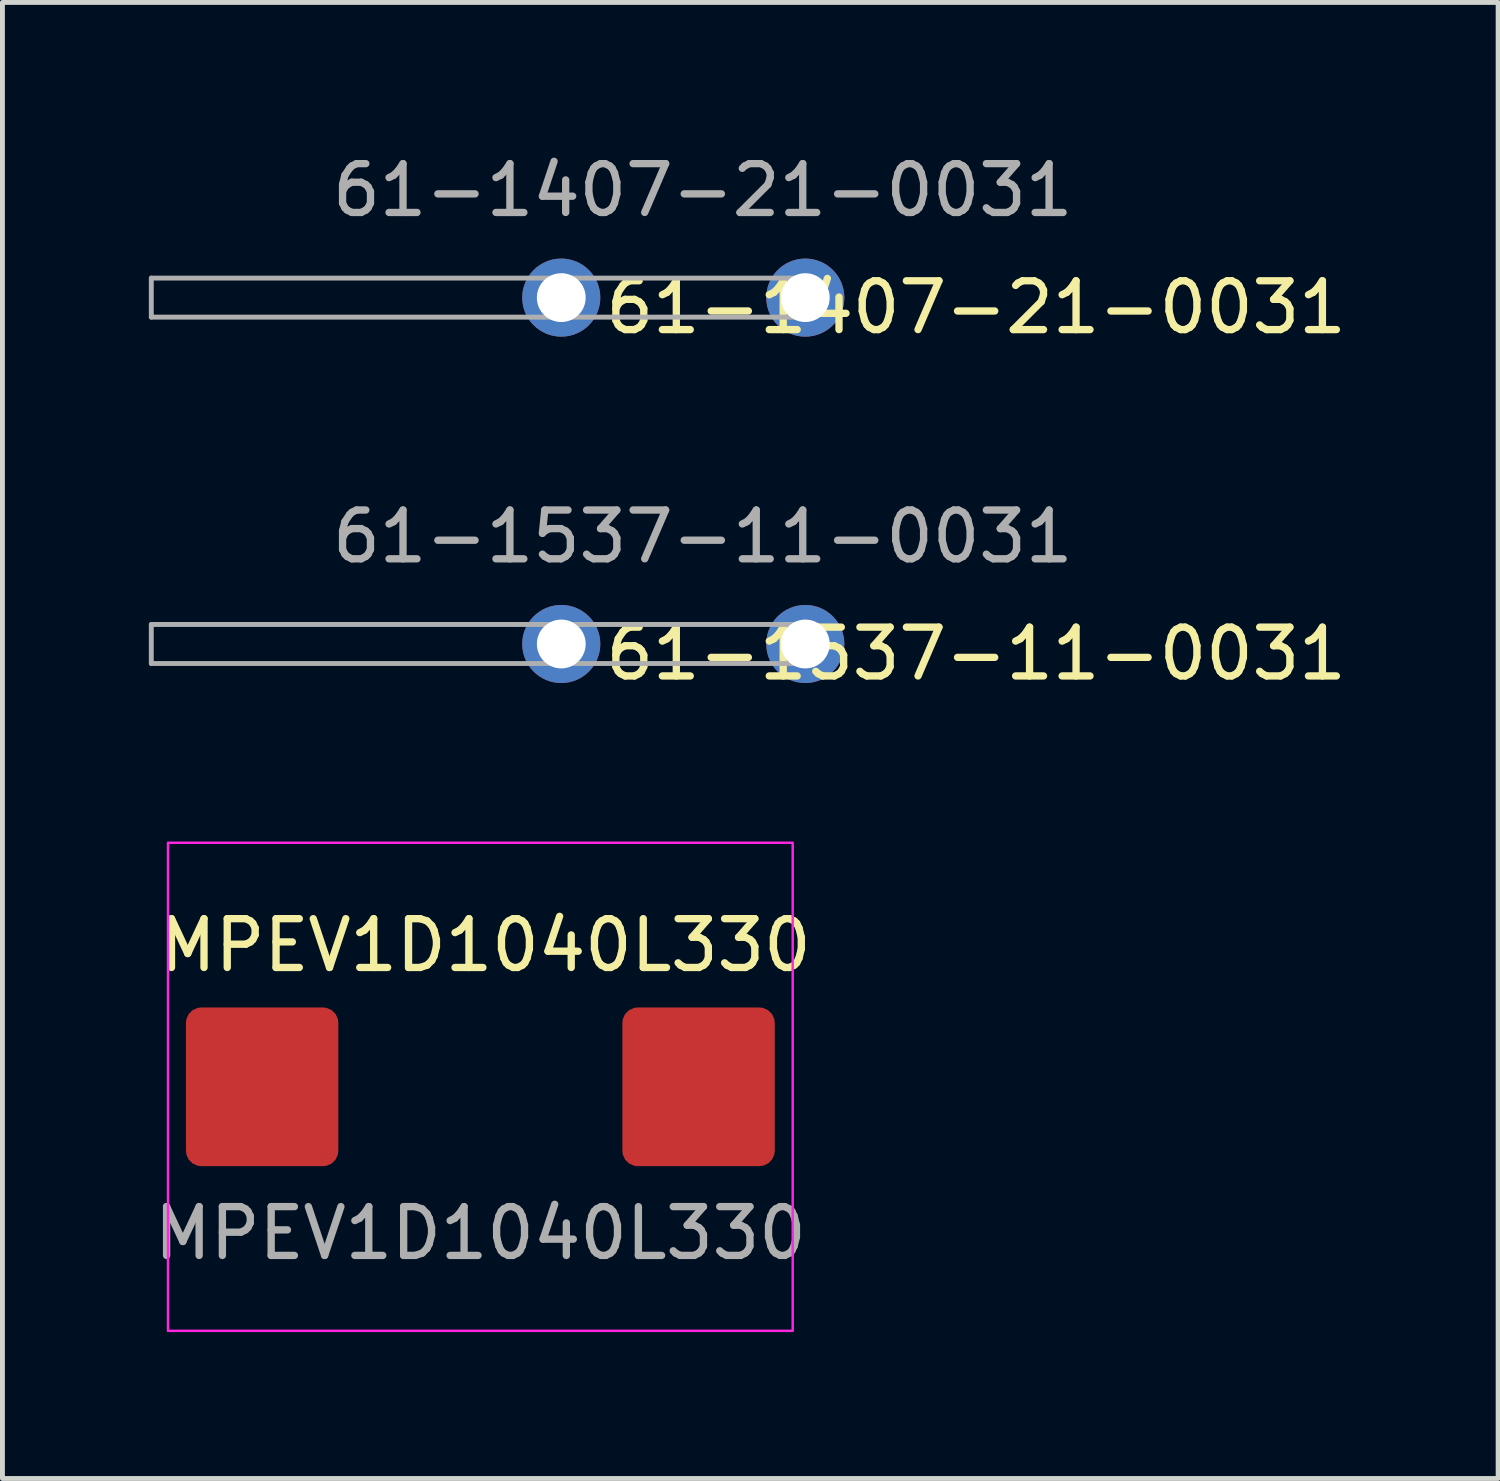
<source format=kicad_pcb>
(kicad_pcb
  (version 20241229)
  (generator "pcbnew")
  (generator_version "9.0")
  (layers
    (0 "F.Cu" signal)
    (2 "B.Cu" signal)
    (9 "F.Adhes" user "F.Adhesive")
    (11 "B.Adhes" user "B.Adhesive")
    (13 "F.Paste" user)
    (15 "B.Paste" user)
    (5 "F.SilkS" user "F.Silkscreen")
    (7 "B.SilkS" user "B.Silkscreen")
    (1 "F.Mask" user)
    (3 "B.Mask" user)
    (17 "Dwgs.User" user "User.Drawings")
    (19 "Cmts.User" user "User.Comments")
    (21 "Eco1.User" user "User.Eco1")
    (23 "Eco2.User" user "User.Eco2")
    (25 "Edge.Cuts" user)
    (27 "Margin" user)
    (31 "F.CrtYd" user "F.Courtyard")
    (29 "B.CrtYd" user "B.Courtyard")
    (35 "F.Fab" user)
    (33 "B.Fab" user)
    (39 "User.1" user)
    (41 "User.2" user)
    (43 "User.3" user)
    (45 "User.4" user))
  (footprint "61-1537-11-0031"
    (layer "F.Cu")
    (at 10.95 10.145)
    (property "Reference" "61-1537-11-0031" (at 6 0.2 0) (unlocked yes) (layer "F.SilkS") (effects (font (size 1 1) (thickness 0.15))))
    (attr through_hole)
    (fp_line (start -10.9 -0.4) (end -10.9 0.4) (stroke (width 0.1) (type solid)) (layer "F.Fab"))
    (fp_line (start -10.9 0.4) (end 2.6 0.4) (stroke (width 0.1) (type solid)) (layer "F.Fab"))
    (fp_line (start 2.6 -0.4) (end -10.9 -0.4) (stroke (width 0.1) (type solid)) (layer "F.Fab"))
    (fp_line (start 2.6 0.4) (end 2.6 -0.4) (stroke (width 0.1) (type solid)) (layer "F.Fab"))
    (fp_text user "${REFERENCE}" (at 0.4 -2.2 0) (unlocked yes) (layer "F.Fab") (effects (font (size 1 1) (thickness 0.15))))
    (pad "1" thru_hole circle (at -2.5 0) (size 1.6 1.6) (drill 1) (layers "*.Cu" "*.Mask"))
    (pad "1" thru_hole circle (at 2.5 0) (size 1.6 1.6) (drill 1) (layers "*.Cu" "*.Mask")))
  (footprint "61-1407-21-0031"
    (layer "F.Cu")
    (at 10.95 3.048)
    (property "Reference" "61-1407-21-0031" (at 6 0.2 0) (unlocked yes) (layer "F.SilkS") (effects (font (size 1 1) (thickness 0.15))))
    (attr through_hole)
    (fp_line (start -10.9 -0.4) (end -10.9 0.4) (stroke (width 0.1) (type solid)) (layer "F.Fab"))
    (fp_line (start -10.9 0.4) (end 2.6 0.4) (stroke (width 0.1) (type solid)) (layer "F.Fab"))
    (fp_line (start 2.6 -0.4) (end -10.9 -0.4) (stroke (width 0.1) (type solid)) (layer "F.Fab"))
    (fp_line (start 2.6 0.4) (end 2.6 -0.4) (stroke (width 0.1) (type solid)) (layer "F.Fab"))
    (fp_text user "${REFERENCE}" (at 0.4 -2.2 0) (unlocked yes) (layer "F.Fab") (effects (font (size 1 1) (thickness 0.15))))
    (pad "1" thru_hole circle (at -2.5 0) (size 1.6 1.6) (drill 1) (layers "*.Cu" "*.Mask"))
    (pad "1" thru_hole circle (at 2.5 0) (size 1.6 1.6) (drill 1) (layers "*.Cu" "*.Mask")))
  (footprint "MPEV1D1040L330"
    (layer "F.Cu")
    (at 6.792 19.218)
    (property "Reference" "MPEV1D1040L330" (at 0.1 -2.9 0) (unlocked yes) (layer "F.SilkS") (effects (font (size 1 1) (thickness 0.15))))
    (attr smd)
    (fp_rect (start -6.4 -5) (end 6.4 5) (stroke (width 0.05) (type solid)) (fill no) (layer "F.CrtYd"))
    (fp_text user "${REFERENCE}" (at 0 3 0) (unlocked yes) (layer "F.Fab") (effects (font (size 1 1) (thickness 0.15))))
    (pad "1" smd roundrect (at -4.471 0) (size 3.122 3.251) (layers "F.Cu" "F.Mask" "F.Paste") (roundrect_rratio 0.1))
    (pad "2" smd roundrect (at 4.471 0) (size 3.122 3.251) (layers "F.Cu" "F.Mask" "F.Paste") (roundrect_rratio 0.1)))
  (gr_rect
    (start -3 -3)
    (end 27.646 27.243)
    (stroke (width 0.1) (type default))
    (fill no)
    (layer "Edge.Cuts")))
</source>
